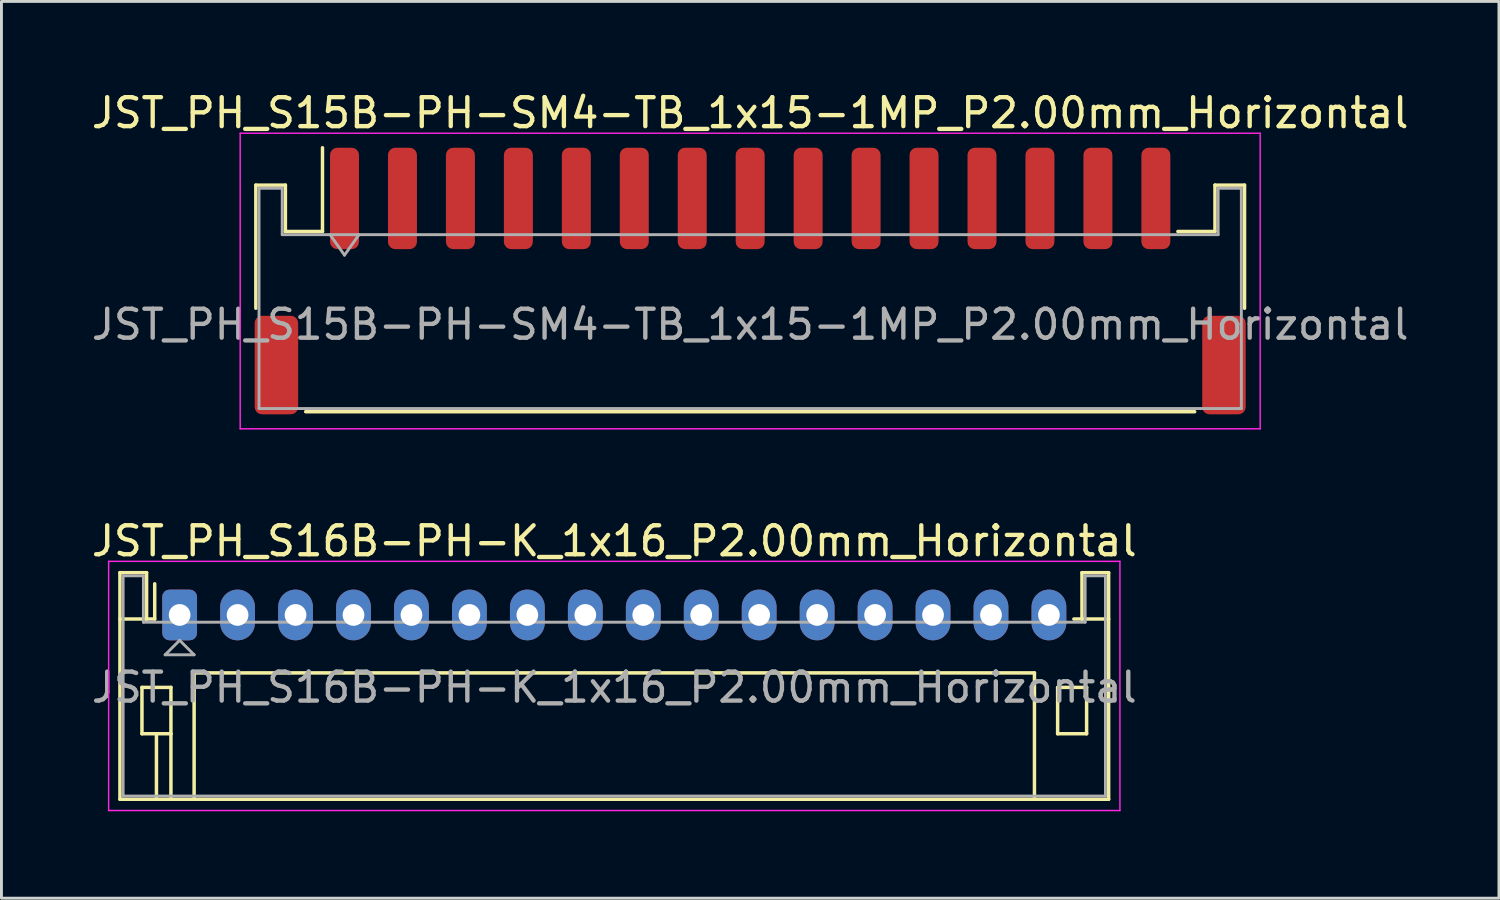
<source format=kicad_pcb>
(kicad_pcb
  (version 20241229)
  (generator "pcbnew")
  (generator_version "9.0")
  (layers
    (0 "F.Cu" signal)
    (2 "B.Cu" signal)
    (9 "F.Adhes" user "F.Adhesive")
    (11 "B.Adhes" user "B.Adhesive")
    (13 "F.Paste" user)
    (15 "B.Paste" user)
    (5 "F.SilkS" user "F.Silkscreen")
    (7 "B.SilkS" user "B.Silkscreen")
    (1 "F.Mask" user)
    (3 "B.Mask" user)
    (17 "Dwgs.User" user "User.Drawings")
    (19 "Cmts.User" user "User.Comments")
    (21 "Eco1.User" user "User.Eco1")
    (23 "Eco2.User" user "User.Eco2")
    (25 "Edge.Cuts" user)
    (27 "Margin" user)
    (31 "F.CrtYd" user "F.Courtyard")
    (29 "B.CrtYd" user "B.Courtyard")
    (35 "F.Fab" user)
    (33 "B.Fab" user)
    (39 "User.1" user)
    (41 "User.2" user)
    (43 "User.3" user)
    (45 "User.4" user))
  (footprint "JST_PH_S15B-PH-SM4-TB_1x15-1MP_P2.00mm_Horizontal"
    (layer "F.Cu")
    (at 22.839 6.648)
    (property "Reference" "JST_PH_S15B-PH-SM4-TB_1x15-1MP_P2.00mm_Horizontal" (at 0 -5.8 0) (layer "F.SilkS") (effects (font (size 1 1) (thickness 0.15))))
    (attr smd)
    (fp_line (start -17.06 -3.31) (end -16.04 -3.31) (stroke (width 0.12) (type solid)) (layer "F.SilkS"))
    (fp_line (start -17.06 0.94) (end -17.06 -3.31) (stroke (width 0.12) (type solid)) (layer "F.SilkS"))
    (fp_line (start -16.04 -3.31) (end -16.04 -1.71) (stroke (width 0.12) (type solid)) (layer "F.SilkS"))
    (fp_line (start -16.04 -1.71) (end -14.76 -1.71) (stroke (width 0.12) (type solid)) (layer "F.SilkS"))
    (fp_line (start -15.34 4.51) (end 15.34 4.51) (stroke (width 0.12) (type solid)) (layer "F.SilkS"))
    (fp_line (start -14.76 -1.71) (end -14.76 -4.6) (stroke (width 0.12) (type solid)) (layer "F.SilkS"))
    (fp_line (start 16.04 -3.31) (end 16.04 -1.71) (stroke (width 0.12) (type solid)) (layer "F.SilkS"))
    (fp_line (start 16.04 -1.71) (end 14.76 -1.71) (stroke (width 0.12) (type solid)) (layer "F.SilkS"))
    (fp_line (start 17.06 -3.31) (end 16.04 -3.31) (stroke (width 0.12) (type solid)) (layer "F.SilkS"))
    (fp_line (start 17.06 0.94) (end 17.06 -3.31) (stroke (width 0.12) (type solid)) (layer "F.SilkS"))
    (fp_line (start -17.6 -5.1) (end -17.6 5.1) (stroke (width 0.05) (type solid)) (layer "F.CrtYd"))
    (fp_line (start -17.6 5.1) (end 17.6 5.1) (stroke (width 0.05) (type solid)) (layer "F.CrtYd"))
    (fp_line (start 17.6 -5.1) (end -17.6 -5.1) (stroke (width 0.05) (type solid)) (layer "F.CrtYd"))
    (fp_line (start 17.6 5.1) (end 17.6 -5.1) (stroke (width 0.05) (type solid)) (layer "F.CrtYd"))
    (fp_line (start -16.95 -3.2) (end -16.95 4.4) (stroke (width 0.1) (type solid)) (layer "F.Fab"))
    (fp_line (start -16.95 -3.2) (end -16.15 -3.2) (stroke (width 0.1) (type solid)) (layer "F.Fab"))
    (fp_line (start -16.95 4.4) (end 16.95 4.4) (stroke (width 0.1) (type solid)) (layer "F.Fab"))
    (fp_line (start -16.15 -3.2) (end -16.15 -1.6) (stroke (width 0.1) (type solid)) (layer "F.Fab"))
    (fp_line (start -16.15 -1.6) (end 16.15 -1.6) (stroke (width 0.1) (type solid)) (layer "F.Fab"))
    (fp_line (start -14.5 -1.6) (end -14 -0.893) (stroke (width 0.1) (type solid)) (layer "F.Fab"))
    (fp_line (start -14 -0.893) (end -13.5 -1.6) (stroke (width 0.1) (type solid)) (layer "F.Fab"))
    (fp_line (start 16.15 -3.2) (end 16.95 -3.2) (stroke (width 0.1) (type solid)) (layer "F.Fab"))
    (fp_line (start 16.15 -1.6) (end 16.15 -3.2) (stroke (width 0.1) (type solid)) (layer "F.Fab"))
    (fp_line (start 16.95 -3.2) (end 16.95 4.4) (stroke (width 0.1) (type solid)) (layer "F.Fab"))
    (fp_text user "${REFERENCE}" (at 0 1.5 0) (layer "F.Fab") (effects (font (size 1 1) (thickness 0.15))))
    (pad "1" smd roundrect (at -14 -2.85) (size 1 3.5) (layers "F.Cu" "F.Mask" "F.Paste") (roundrect_rratio 0.25))
    (pad "2" smd roundrect (at -12 -2.85) (size 1 3.5) (layers "F.Cu" "F.Mask" "F.Paste") (roundrect_rratio 0.25))
    (pad "3" smd roundrect (at -10 -2.85) (size 1 3.5) (layers "F.Cu" "F.Mask" "F.Paste") (roundrect_rratio 0.25))
    (pad "4" smd roundrect (at -8 -2.85) (size 1 3.5) (layers "F.Cu" "F.Mask" "F.Paste") (roundrect_rratio 0.25))
    (pad "5" smd roundrect (at -6 -2.85) (size 1 3.5) (layers "F.Cu" "F.Mask" "F.Paste") (roundrect_rratio 0.25))
    (pad "6" smd roundrect (at -4 -2.85) (size 1 3.5) (layers "F.Cu" "F.Mask" "F.Paste") (roundrect_rratio 0.25))
    (pad "7" smd roundrect (at -2 -2.85) (size 1 3.5) (layers "F.Cu" "F.Mask" "F.Paste") (roundrect_rratio 0.25))
    (pad "8" smd roundrect (at 0 -2.85) (size 1 3.5) (layers "F.Cu" "F.Mask" "F.Paste") (roundrect_rratio 0.25))
    (pad "9" smd roundrect (at 2 -2.85) (size 1 3.5) (layers "F.Cu" "F.Mask" "F.Paste") (roundrect_rratio 0.25))
    (pad "10" smd roundrect (at 4 -2.85) (size 1 3.5) (layers "F.Cu" "F.Mask" "F.Paste") (roundrect_rratio 0.25))
    (pad "11" smd roundrect (at 6 -2.85) (size 1 3.5) (layers "F.Cu" "F.Mask" "F.Paste") (roundrect_rratio 0.25))
    (pad "12" smd roundrect (at 8 -2.85) (size 1 3.5) (layers "F.Cu" "F.Mask" "F.Paste") (roundrect_rratio 0.25))
    (pad "13" smd roundrect (at 10 -2.85) (size 1 3.5) (layers "F.Cu" "F.Mask" "F.Paste") (roundrect_rratio 0.25))
    (pad "14" smd roundrect (at 12 -2.85) (size 1 3.5) (layers "F.Cu" "F.Mask" "F.Paste") (roundrect_rratio 0.25))
    (pad "15" smd roundrect (at 14 -2.85) (size 1 3.5) (layers "F.Cu" "F.Mask" "F.Paste") (roundrect_rratio 0.25))
    (pad "MP" smd roundrect (at -16.35 2.9) (size 1.5 3.4) (layers "F.Cu" "F.Mask" "F.Paste") (roundrect_rratio 0.167))
    (pad "MP" smd roundrect (at 16.35 2.9) (size 1.5 3.4) (layers "F.Cu" "F.Mask" "F.Paste") (roundrect_rratio 0.167)))
  (footprint "JST_PH_S16B-PH-K_1x16_P2.00mm_Horizontal"
    (layer "F.Cu")
    (at 3.149 18.172)
    (property "Reference" "JST_PH_S16B-PH-K_1x16_P2.00mm_Horizontal" (at 15 -2.55 0) (layer "F.SilkS") (effects (font (size 1 1) (thickness 0.15))))
    (attr through_hole)
    (fp_line (start -2.06 -1.46) (end -2.06 6.36) (stroke (width 0.12) (type solid)) (layer "F.SilkS"))
    (fp_line (start -2.06 0.14) (end -1.14 0.14) (stroke (width 0.12) (type solid)) (layer "F.SilkS"))
    (fp_line (start -2.06 6.36) (end 32.06 6.36) (stroke (width 0.12) (type solid)) (layer "F.SilkS"))
    (fp_line (start -1.3 2.5) (end -1.3 4.1) (stroke (width 0.12) (type solid)) (layer "F.SilkS"))
    (fp_line (start -1.3 4.1) (end -0.3 4.1) (stroke (width 0.12) (type solid)) (layer "F.SilkS"))
    (fp_line (start -1.14 -1.46) (end -2.06 -1.46) (stroke (width 0.12) (type solid)) (layer "F.SilkS"))
    (fp_line (start -1.14 0.14) (end -1.14 -1.46) (stroke (width 0.12) (type solid)) (layer "F.SilkS"))
    (fp_line (start -0.86 0.14) (end -1.14 0.14) (stroke (width 0.12) (type solid)) (layer "F.SilkS"))
    (fp_line (start -0.86 0.14) (end -0.86 -1.075) (stroke (width 0.12) (type solid)) (layer "F.SilkS"))
    (fp_line (start -0.8 4.1) (end -0.8 6.36) (stroke (width 0.12) (type solid)) (layer "F.SilkS"))
    (fp_line (start -0.3 2.5) (end -1.3 2.5) (stroke (width 0.12) (type solid)) (layer "F.SilkS"))
    (fp_line (start -0.3 4.1) (end -0.3 2.5) (stroke (width 0.12) (type solid)) (layer "F.SilkS"))
    (fp_line (start -0.3 4.1) (end -0.3 6.36) (stroke (width 0.12) (type solid)) (layer "F.SilkS"))
    (fp_line (start 0.5 2) (end 29.5 2) (stroke (width 0.12) (type solid)) (layer "F.SilkS"))
    (fp_line (start 0.5 6.36) (end 0.5 2) (stroke (width 0.12) (type solid)) (layer "F.SilkS"))
    (fp_line (start 29.5 2) (end 29.5 6.36) (stroke (width 0.12) (type solid)) (layer "F.SilkS"))
    (fp_line (start 30.3 2.5) (end 31.3 2.5) (stroke (width 0.12) (type solid)) (layer "F.SilkS"))
    (fp_line (start 30.3 4.1) (end 30.3 2.5) (stroke (width 0.12) (type solid)) (layer "F.SilkS"))
    (fp_line (start 31.14 -1.46) (end 31.14 0.14) (stroke (width 0.12) (type solid)) (layer "F.SilkS"))
    (fp_line (start 31.14 0.14) (end 30.86 0.14) (stroke (width 0.12) (type solid)) (layer "F.SilkS"))
    (fp_line (start 31.3 2.5) (end 31.3 4.1) (stroke (width 0.12) (type solid)) (layer "F.SilkS"))
    (fp_line (start 31.3 4.1) (end 30.3 4.1) (stroke (width 0.12) (type solid)) (layer "F.SilkS"))
    (fp_line (start 32.06 -1.46) (end 31.14 -1.46) (stroke (width 0.12) (type solid)) (layer "F.SilkS"))
    (fp_line (start 32.06 0.14) (end 31.14 0.14) (stroke (width 0.12) (type solid)) (layer "F.SilkS"))
    (fp_line (start 32.06 6.36) (end 32.06 -1.46) (stroke (width 0.12) (type solid)) (layer "F.SilkS"))
    (fp_line (start -2.45 -1.85) (end -2.45 6.75) (stroke (width 0.05) (type solid)) (layer "F.CrtYd"))
    (fp_line (start -2.45 6.75) (end 32.45 6.75) (stroke (width 0.05) (type solid)) (layer "F.CrtYd"))
    (fp_line (start 32.45 -1.85) (end -2.45 -1.85) (stroke (width 0.05) (type solid)) (layer "F.CrtYd"))
    (fp_line (start 32.45 6.75) (end 32.45 -1.85) (stroke (width 0.05) (type solid)) (layer "F.CrtYd"))
    (fp_line (start -1.95 -1.35) (end -1.95 6.25) (stroke (width 0.1) (type solid)) (layer "F.Fab"))
    (fp_line (start -1.95 6.25) (end 31.95 6.25) (stroke (width 0.1) (type solid)) (layer "F.Fab"))
    (fp_line (start -1.25 -1.35) (end -1.95 -1.35) (stroke (width 0.1) (type solid)) (layer "F.Fab"))
    (fp_line (start -1.25 0.25) (end -1.25 -1.35) (stroke (width 0.1) (type solid)) (layer "F.Fab"))
    (fp_line (start -0.5 1.375) (end 0.5 1.375) (stroke (width 0.1) (type solid)) (layer "F.Fab"))
    (fp_line (start 0 0.875) (end -0.5 1.375) (stroke (width 0.1) (type solid)) (layer "F.Fab"))
    (fp_line (start 0.5 1.375) (end 0 0.875) (stroke (width 0.1) (type solid)) (layer "F.Fab"))
    (fp_line (start 31.25 -1.35) (end 31.25 0.25) (stroke (width 0.1) (type solid)) (layer "F.Fab"))
    (fp_line (start 31.25 0.25) (end -1.25 0.25) (stroke (width 0.1) (type solid)) (layer "F.Fab"))
    (fp_line (start 31.95 -1.35) (end 31.25 -1.35) (stroke (width 0.1) (type solid)) (layer "F.Fab"))
    (fp_line (start 31.95 6.25) (end 31.95 -1.35) (stroke (width 0.1) (type solid)) (layer "F.Fab"))
    (fp_text user "${REFERENCE}" (at 15 2.5 0) (layer "F.Fab") (effects (font (size 1 1) (thickness 0.15))))
    (pad "1" thru_hole roundrect (at 0 0) (size 1.2 1.75) (drill 0.75) (layers "*.Cu" "*.Mask") (roundrect_rratio 0.208))
    (pad "2" thru_hole oval (at 2 0) (size 1.2 1.75) (drill 0.75) (layers "*.Cu" "*.Mask"))
    (pad "3" thru_hole oval (at 4 0) (size 1.2 1.75) (drill 0.75) (layers "*.Cu" "*.Mask"))
    (pad "4" thru_hole oval (at 6 0) (size 1.2 1.75) (drill 0.75) (layers "*.Cu" "*.Mask"))
    (pad "5" thru_hole oval (at 8 0) (size 1.2 1.75) (drill 0.75) (layers "*.Cu" "*.Mask"))
    (pad "6" thru_hole oval (at 10 0) (size 1.2 1.75) (drill 0.75) (layers "*.Cu" "*.Mask"))
    (pad "7" thru_hole oval (at 12 0) (size 1.2 1.75) (drill 0.75) (layers "*.Cu" "*.Mask"))
    (pad "8" thru_hole oval (at 14 0) (size 1.2 1.75) (drill 0.75) (layers "*.Cu" "*.Mask"))
    (pad "9" thru_hole oval (at 16 0) (size 1.2 1.75) (drill 0.75) (layers "*.Cu" "*.Mask"))
    (pad "10" thru_hole oval (at 18 0) (size 1.2 1.75) (drill 0.75) (layers "*.Cu" "*.Mask"))
    (pad "11" thru_hole oval (at 20 0) (size 1.2 1.75) (drill 0.75) (layers "*.Cu" "*.Mask"))
    (pad "12" thru_hole oval (at 22 0) (size 1.2 1.75) (drill 0.75) (layers "*.Cu" "*.Mask"))
    (pad "13" thru_hole oval (at 24 0) (size 1.2 1.75) (drill 0.75) (layers "*.Cu" "*.Mask"))
    (pad "14" thru_hole oval (at 26 0) (size 1.2 1.75) (drill 0.75) (layers "*.Cu" "*.Mask"))
    (pad "15" thru_hole oval (at 28 0) (size 1.2 1.75) (drill 0.75) (layers "*.Cu" "*.Mask"))
    (pad "16" thru_hole oval (at 30 0) (size 1.2 1.75) (drill 0.75) (layers "*.Cu" "*.Mask")))
  (gr_rect
    (start -3 -3)
    (end 48.679 27.947)
    (stroke (width 0.1) (type default))
    (fill no)
    (layer "Edge.Cuts")))
</source>
